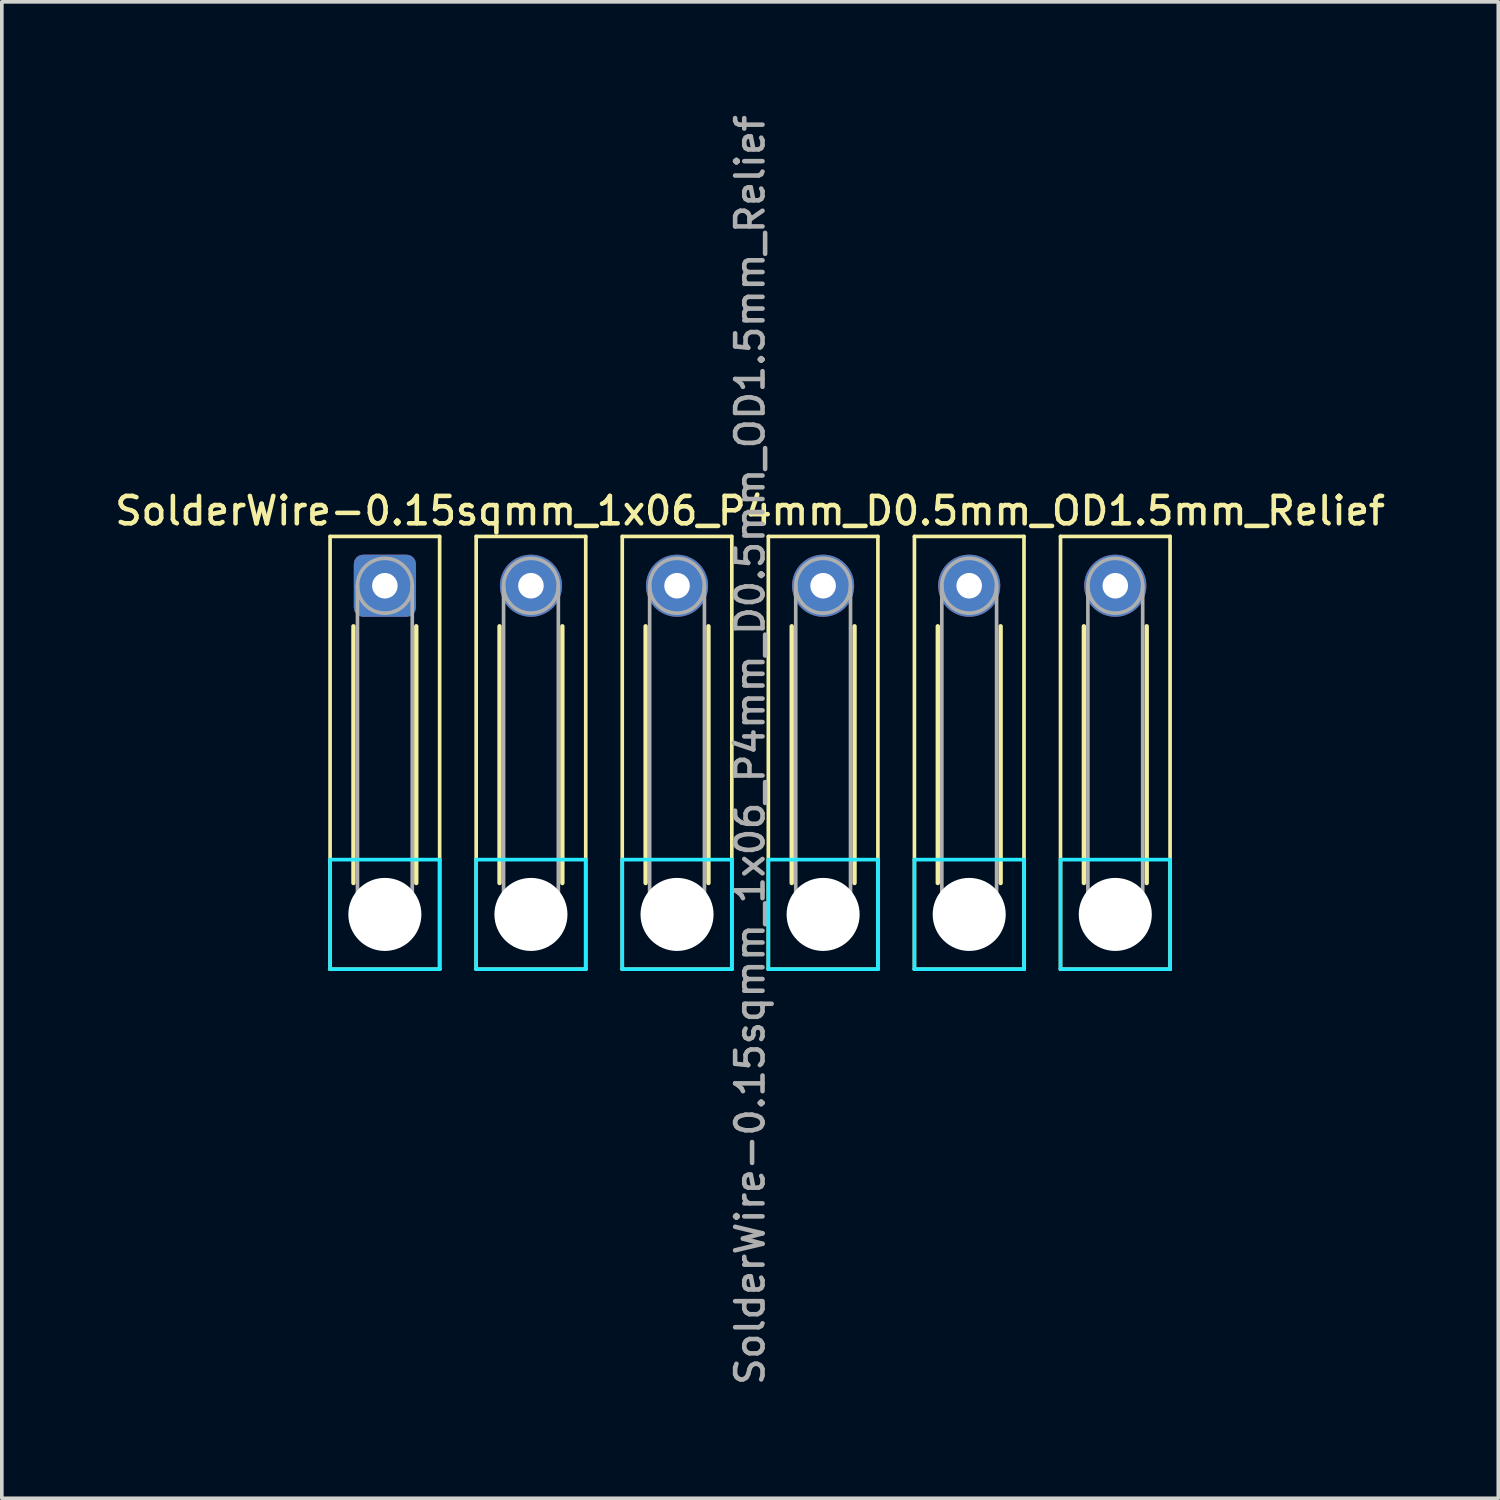
<source format=kicad_pcb>
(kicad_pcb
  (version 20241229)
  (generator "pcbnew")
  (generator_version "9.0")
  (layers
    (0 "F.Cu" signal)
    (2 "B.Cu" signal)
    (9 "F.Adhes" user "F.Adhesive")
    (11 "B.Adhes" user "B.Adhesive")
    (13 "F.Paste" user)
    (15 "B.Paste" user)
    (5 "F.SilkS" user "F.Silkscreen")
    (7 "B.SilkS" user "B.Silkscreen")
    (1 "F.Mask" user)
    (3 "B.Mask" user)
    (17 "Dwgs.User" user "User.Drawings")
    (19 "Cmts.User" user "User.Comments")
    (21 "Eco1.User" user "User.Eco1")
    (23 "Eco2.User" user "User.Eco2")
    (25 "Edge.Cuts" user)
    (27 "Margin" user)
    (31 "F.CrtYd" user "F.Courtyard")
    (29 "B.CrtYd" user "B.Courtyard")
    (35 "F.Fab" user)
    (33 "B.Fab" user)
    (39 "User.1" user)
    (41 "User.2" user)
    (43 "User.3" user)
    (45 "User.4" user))
  (footprint "SolderWire-0.15sqmm_1x06_P4mm_D0.5mm_OD1.5mm_Relief"
    (layer "F.Cu")
    (at 7.488 12.988)
    (property "Reference" "SolderWire-0.15sqmm_1x06_P4mm_D0.5mm_OD1.5mm_Relief" (at 10 -2.05 0) (layer "F.SilkS") (effects (font (size 0.75 0.75) (thickness 0.125))))
    (attr exclude_from_pos_files exclude_from_bom)
    (fp_line (start -1.5 -1.35) (end -1.5 10.5) (stroke (width 0.1) (type solid)) (layer "F.SilkS"))
    (fp_line (start -1.5 10.5) (end 1.5 10.5) (stroke (width 0.1) (type solid)) (layer "F.SilkS"))
    (fp_line (start -0.86 1.11) (end -0.86 8.14) (stroke (width 0.12) (type solid)) (layer "F.SilkS"))
    (fp_line (start 0.86 1.11) (end 0.86 8.14) (stroke (width 0.12) (type solid)) (layer "F.SilkS"))
    (fp_line (start 1.5 -1.35) (end -1.5 -1.35) (stroke (width 0.1) (type solid)) (layer "F.SilkS"))
    (fp_line (start 1.5 10.5) (end 1.5 -1.35) (stroke (width 0.1) (type solid)) (layer "F.SilkS"))
    (fp_line (start 2.5 -1.35) (end 2.5 10.5) (stroke (width 0.1) (type solid)) (layer "F.SilkS"))
    (fp_line (start 2.5 10.5) (end 5.5 10.5) (stroke (width 0.1) (type solid)) (layer "F.SilkS"))
    (fp_line (start 3.14 1.11) (end 3.14 8.14) (stroke (width 0.12) (type solid)) (layer "F.SilkS"))
    (fp_line (start 4.86 1.11) (end 4.86 8.14) (stroke (width 0.12) (type solid)) (layer "F.SilkS"))
    (fp_line (start 5.5 -1.35) (end 2.5 -1.35) (stroke (width 0.1) (type solid)) (layer "F.SilkS"))
    (fp_line (start 5.5 10.5) (end 5.5 -1.35) (stroke (width 0.1) (type solid)) (layer "F.SilkS"))
    (fp_line (start 6.5 -1.35) (end 6.5 10.5) (stroke (width 0.1) (type solid)) (layer "F.SilkS"))
    (fp_line (start 6.5 10.5) (end 9.5 10.5) (stroke (width 0.1) (type solid)) (layer "F.SilkS"))
    (fp_line (start 7.14 1.11) (end 7.14 8.14) (stroke (width 0.12) (type solid)) (layer "F.SilkS"))
    (fp_line (start 8.86 1.11) (end 8.86 8.14) (stroke (width 0.12) (type solid)) (layer "F.SilkS"))
    (fp_line (start 9.5 -1.35) (end 6.5 -1.35) (stroke (width 0.1) (type solid)) (layer "F.SilkS"))
    (fp_line (start 9.5 10.5) (end 9.5 -1.35) (stroke (width 0.1) (type solid)) (layer "F.SilkS"))
    (fp_line (start 10.5 -1.35) (end 10.5 10.5) (stroke (width 0.1) (type solid)) (layer "F.SilkS"))
    (fp_line (start 10.5 10.5) (end 13.5 10.5) (stroke (width 0.1) (type solid)) (layer "F.SilkS"))
    (fp_line (start 11.14 1.11) (end 11.14 8.14) (stroke (width 0.12) (type solid)) (layer "F.SilkS"))
    (fp_line (start 12.86 1.11) (end 12.86 8.14) (stroke (width 0.12) (type solid)) (layer "F.SilkS"))
    (fp_line (start 13.5 -1.35) (end 10.5 -1.35) (stroke (width 0.1) (type solid)) (layer "F.SilkS"))
    (fp_line (start 13.5 10.5) (end 13.5 -1.35) (stroke (width 0.1) (type solid)) (layer "F.SilkS"))
    (fp_line (start 14.5 -1.35) (end 14.5 10.5) (stroke (width 0.1) (type solid)) (layer "F.SilkS"))
    (fp_line (start 14.5 10.5) (end 17.5 10.5) (stroke (width 0.1) (type solid)) (layer "F.SilkS"))
    (fp_line (start 15.14 1.11) (end 15.14 8.14) (stroke (width 0.12) (type solid)) (layer "F.SilkS"))
    (fp_line (start 16.86 1.11) (end 16.86 8.14) (stroke (width 0.12) (type solid)) (layer "F.SilkS"))
    (fp_line (start 17.5 -1.35) (end 14.5 -1.35) (stroke (width 0.1) (type solid)) (layer "F.SilkS"))
    (fp_line (start 17.5 10.5) (end 17.5 -1.35) (stroke (width 0.1) (type solid)) (layer "F.SilkS"))
    (fp_line (start 18.5 -1.35) (end 18.5 10.5) (stroke (width 0.1) (type solid)) (layer "F.SilkS"))
    (fp_line (start 18.5 10.5) (end 21.5 10.5) (stroke (width 0.1) (type solid)) (layer "F.SilkS"))
    (fp_line (start 19.14 1.11) (end 19.14 8.14) (stroke (width 0.12) (type solid)) (layer "F.SilkS"))
    (fp_line (start 20.86 1.11) (end 20.86 8.14) (stroke (width 0.12) (type solid)) (layer "F.SilkS"))
    (fp_line (start 21.5 -1.35) (end 18.5 -1.35) (stroke (width 0.1) (type solid)) (layer "F.SilkS"))
    (fp_line (start 21.5 10.5) (end 21.5 -1.35) (stroke (width 0.1) (type solid)) (layer "F.SilkS"))
    (fp_line (start -1.5 7.5) (end -1.5 10.5) (stroke (width 0.1) (type solid)) (layer "B.CrtYd"))
    (fp_line (start -1.5 10.5) (end 1.5 10.5) (stroke (width 0.1) (type solid)) (layer "B.CrtYd"))
    (fp_line (start 1.5 7.5) (end -1.5 7.5) (stroke (width 0.1) (type solid)) (layer "B.CrtYd"))
    (fp_line (start 1.5 10.5) (end 1.5 7.5) (stroke (width 0.1) (type solid)) (layer "B.CrtYd"))
    (fp_line (start 2.5 7.5) (end 2.5 10.5) (stroke (width 0.1) (type solid)) (layer "B.CrtYd"))
    (fp_line (start 2.5 10.5) (end 5.5 10.5) (stroke (width 0.1) (type solid)) (layer "B.CrtYd"))
    (fp_line (start 5.5 7.5) (end 2.5 7.5) (stroke (width 0.1) (type solid)) (layer "B.CrtYd"))
    (fp_line (start 5.5 10.5) (end 5.5 7.5) (stroke (width 0.1) (type solid)) (layer "B.CrtYd"))
    (fp_line (start 6.5 7.5) (end 6.5 10.5) (stroke (width 0.1) (type solid)) (layer "B.CrtYd"))
    (fp_line (start 6.5 10.5) (end 9.5 10.5) (stroke (width 0.1) (type solid)) (layer "B.CrtYd"))
    (fp_line (start 9.5 7.5) (end 6.5 7.5) (stroke (width 0.1) (type solid)) (layer "B.CrtYd"))
    (fp_line (start 9.5 10.5) (end 9.5 7.5) (stroke (width 0.1) (type solid)) (layer "B.CrtYd"))
    (fp_line (start 10.5 7.5) (end 10.5 10.5) (stroke (width 0.1) (type solid)) (layer "B.CrtYd"))
    (fp_line (start 10.5 10.5) (end 13.5 10.5) (stroke (width 0.1) (type solid)) (layer "B.CrtYd"))
    (fp_line (start 13.5 7.5) (end 10.5 7.5) (stroke (width 0.1) (type solid)) (layer "B.CrtYd"))
    (fp_line (start 13.5 10.5) (end 13.5 7.5) (stroke (width 0.1) (type solid)) (layer "B.CrtYd"))
    (fp_line (start 14.5 7.5) (end 14.5 10.5) (stroke (width 0.1) (type solid)) (layer "B.CrtYd"))
    (fp_line (start 14.5 10.5) (end 17.5 10.5) (stroke (width 0.1) (type solid)) (layer "B.CrtYd"))
    (fp_line (start 17.5 7.5) (end 14.5 7.5) (stroke (width 0.1) (type solid)) (layer "B.CrtYd"))
    (fp_line (start 17.5 10.5) (end 17.5 7.5) (stroke (width 0.1) (type solid)) (layer "B.CrtYd"))
    (fp_line (start 18.5 7.5) (end 18.5 10.5) (stroke (width 0.1) (type solid)) (layer "B.CrtYd"))
    (fp_line (start 18.5 10.5) (end 21.5 10.5) (stroke (width 0.1) (type solid)) (layer "B.CrtYd"))
    (fp_line (start 21.5 7.5) (end 18.5 7.5) (stroke (width 0.1) (type solid)) (layer "B.CrtYd"))
    (fp_line (start 21.5 10.5) (end 21.5 7.5) (stroke (width 0.1) (type solid)) (layer "B.CrtYd"))
    (fp_line (start -0.75 0) (end -0.75 9) (stroke (width 0.1) (type solid)) (layer "F.Fab"))
    (fp_line (start 0.75 0) (end 0.75 9) (stroke (width 0.1) (type solid)) (layer "F.Fab"))
    (fp_line (start 3.25 0) (end 3.25 9) (stroke (width 0.1) (type solid)) (layer "F.Fab"))
    (fp_line (start 4.75 0) (end 4.75 9) (stroke (width 0.1) (type solid)) (layer "F.Fab"))
    (fp_line (start 7.25 0) (end 7.25 9) (stroke (width 0.1) (type solid)) (layer "F.Fab"))
    (fp_line (start 8.75 0) (end 8.75 9) (stroke (width 0.1) (type solid)) (layer "F.Fab"))
    (fp_line (start 11.25 0) (end 11.25 9) (stroke (width 0.1) (type solid)) (layer "F.Fab"))
    (fp_line (start 12.75 0) (end 12.75 9) (stroke (width 0.1) (type solid)) (layer "F.Fab"))
    (fp_line (start 15.25 0) (end 15.25 9) (stroke (width 0.1) (type solid)) (layer "F.Fab"))
    (fp_line (start 16.75 0) (end 16.75 9) (stroke (width 0.1) (type solid)) (layer "F.Fab"))
    (fp_line (start 19.25 0) (end 19.25 9) (stroke (width 0.1) (type solid)) (layer "F.Fab"))
    (fp_line (start 20.75 0) (end 20.75 9) (stroke (width 0.1) (type solid)) (layer "F.Fab"))
    (fp_circle (center 0 0) (end 0.75 0) (stroke (width 0.1) (type solid)) (fill no) (layer "F.Fab"))
    (fp_circle (center 0 9) (end 0.75 9) (stroke (width 0.1) (type solid)) (fill no) (layer "F.Fab"))
    (fp_circle (center 4 0) (end 4.75 0) (stroke (width 0.1) (type solid)) (fill no) (layer "F.Fab"))
    (fp_circle (center 4 9) (end 4.75 9) (stroke (width 0.1) (type solid)) (fill no) (layer "F.Fab"))
    (fp_circle (center 8 0) (end 8.75 0) (stroke (width 0.1) (type solid)) (fill no) (layer "F.Fab"))
    (fp_circle (center 8 9) (end 8.75 9) (stroke (width 0.1) (type solid)) (fill no) (layer "F.Fab"))
    (fp_circle (center 12 0) (end 12.75 0) (stroke (width 0.1) (type solid)) (fill no) (layer "F.Fab"))
    (fp_circle (center 12 9) (end 12.75 9) (stroke (width 0.1) (type solid)) (fill no) (layer "F.Fab"))
    (fp_circle (center 16 0) (end 16.75 0) (stroke (width 0.1) (type solid)) (fill no) (layer "F.Fab"))
    (fp_circle (center 16 9) (end 16.75 9) (stroke (width 0.1) (type solid)) (fill no) (layer "F.Fab"))
    (fp_circle (center 20 0) (end 20.75 0) (stroke (width 0.1) (type solid)) (fill no) (layer "F.Fab"))
    (fp_circle (center 20 9) (end 20.75 9) (stroke (width 0.1) (type solid)) (fill no) (layer "F.Fab"))
    (fp_text user "${REFERENCE}" (at 10 4.5 90) (layer "F.Fab") (effects (font (size 0.75 0.75) (thickness 0.125))))
    (pad "" np_thru_hole circle (at 0 9) (size 2 2) (drill 2) (layers "*.Cu" "*.Mask"))
    (pad "" np_thru_hole circle (at 4 9) (size 2 2) (drill 2) (layers "*.Cu" "*.Mask"))
    (pad "" np_thru_hole circle (at 8 9) (size 2 2) (drill 2) (layers "*.Cu" "*.Mask"))
    (pad "" np_thru_hole circle (at 12 9) (size 2 2) (drill 2) (layers "*.Cu" "*.Mask"))
    (pad "" np_thru_hole circle (at 16 9) (size 2 2) (drill 2) (layers "*.Cu" "*.Mask"))
    (pad "" np_thru_hole circle (at 20 9) (size 2 2) (drill 2) (layers "*.Cu" "*.Mask"))
    (pad "1" thru_hole roundrect (at 0 0) (size 1.7 1.7) (drill 0.7) (layers "*.Cu" "*.Mask") (roundrect_rratio 0.147))
    (pad "2" thru_hole circle (at 4 0) (size 1.7 1.7) (drill 0.7) (layers "*.Cu" "*.Mask"))
    (pad "3" thru_hole circle (at 8 0) (size 1.7 1.7) (drill 0.7) (layers "*.Cu" "*.Mask"))
    (pad "4" thru_hole circle (at 12 0) (size 1.7 1.7) (drill 0.7) (layers "*.Cu" "*.Mask"))
    (pad "5" thru_hole circle (at 16 0) (size 1.7 1.7) (drill 0.7) (layers "*.Cu" "*.Mask"))
    (pad "6" thru_hole circle (at 20 0) (size 1.7 1.7) (drill 0.7) (layers "*.Cu" "*.Mask")))
  (gr_rect
    (start -3 -3)
    (end 37.975 37.975)
    (stroke (width 0.1) (type default))
    (fill no)
    (layer "Edge.Cuts")))
</source>
